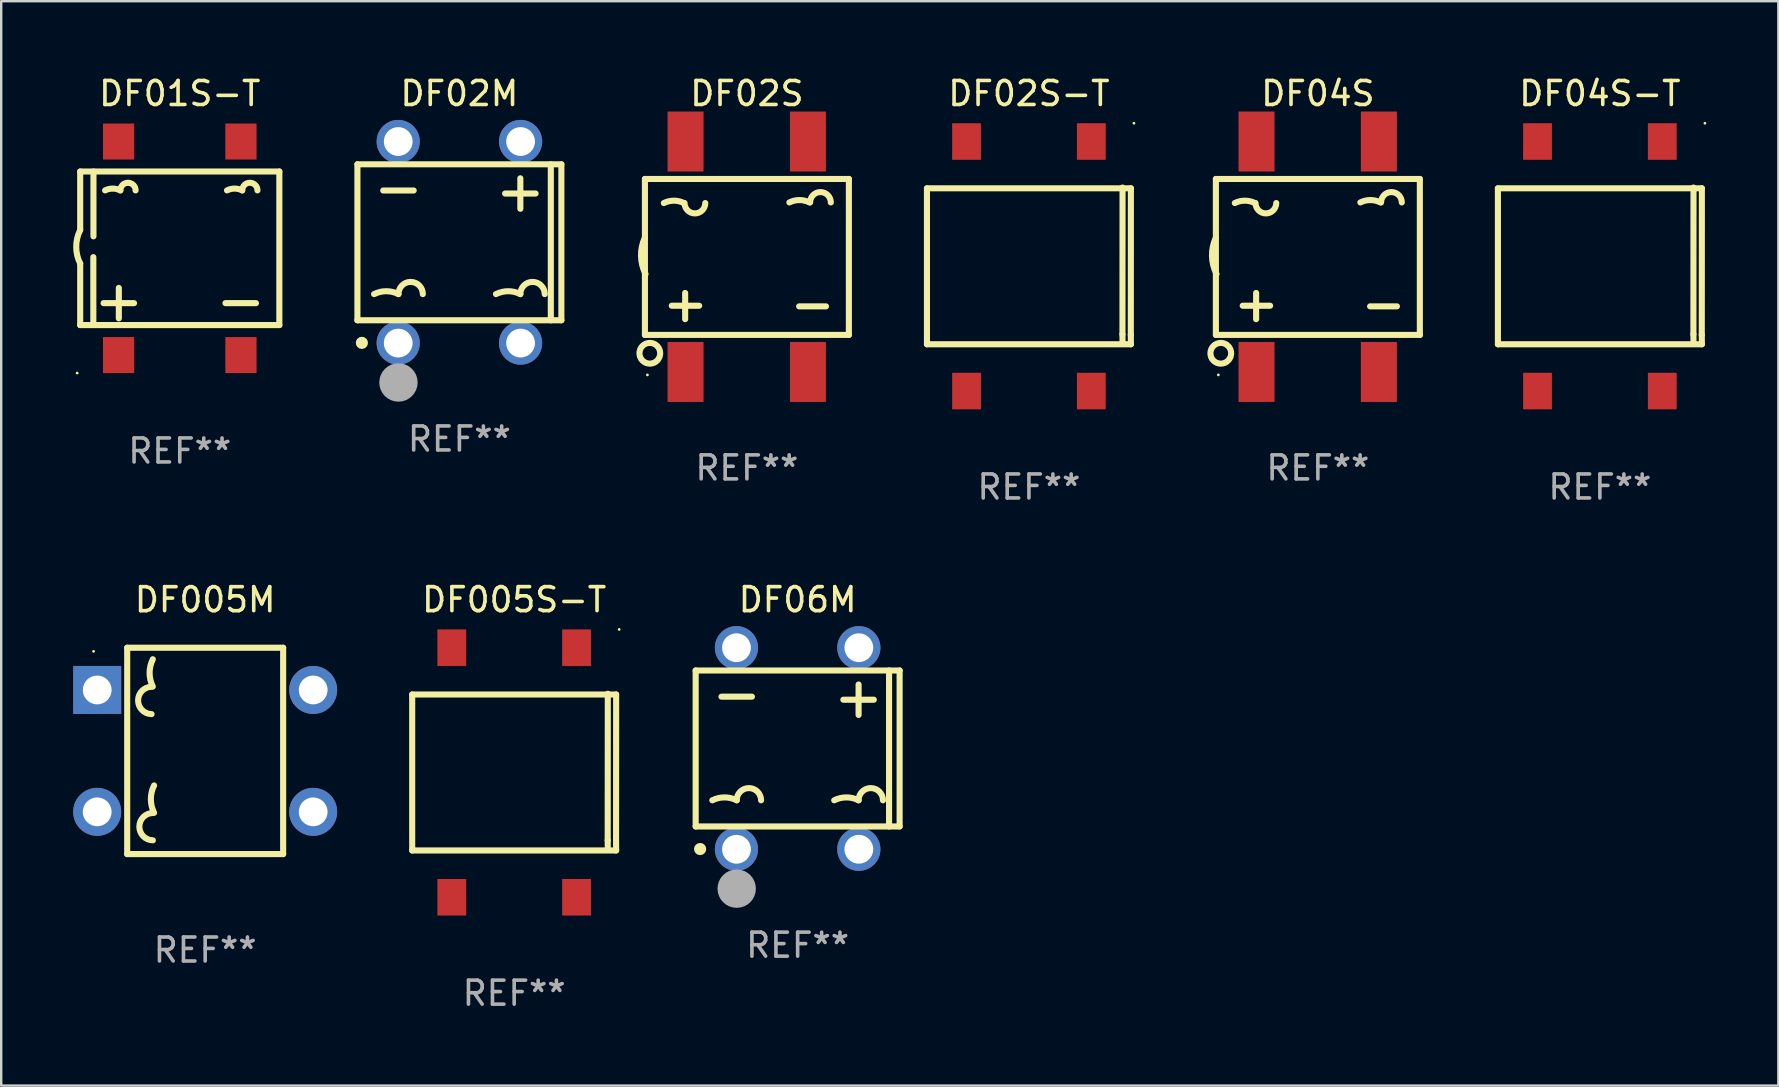
<source format=kicad_pcb>
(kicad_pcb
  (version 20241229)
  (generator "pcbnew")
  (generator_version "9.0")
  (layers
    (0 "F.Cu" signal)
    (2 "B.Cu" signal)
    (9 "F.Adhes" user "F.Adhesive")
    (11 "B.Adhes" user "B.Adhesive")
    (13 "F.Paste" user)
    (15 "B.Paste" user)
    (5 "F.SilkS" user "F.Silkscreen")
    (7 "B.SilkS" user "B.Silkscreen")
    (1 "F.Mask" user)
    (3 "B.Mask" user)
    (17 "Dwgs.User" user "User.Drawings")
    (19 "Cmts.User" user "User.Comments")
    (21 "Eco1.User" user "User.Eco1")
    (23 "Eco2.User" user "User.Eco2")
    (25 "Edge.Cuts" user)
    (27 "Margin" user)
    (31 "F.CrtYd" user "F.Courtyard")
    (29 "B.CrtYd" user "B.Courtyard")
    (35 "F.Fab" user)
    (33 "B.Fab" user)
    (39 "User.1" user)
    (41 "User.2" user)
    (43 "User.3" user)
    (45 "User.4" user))
  (footprint "DF04S-T"
    (layer "F.Cu")
    (at 63.628 8.048)
    (property "Reference" "DF04S-T" (at 0 -7.2 0) (layer "F.SilkS") (effects (font (size 1 1) (thickness 0.15))))
    (attr through_hole)
    (fp_line (start -4.25 -3.25) (end -4.25 3.25) (stroke (width 0.254) (type solid)) (layer "F.SilkS"))
    (fp_line (start -4.25 -3.25) (end 4.25 -3.25) (stroke (width 0.254) (type solid)) (layer "F.SilkS"))
    (fp_line (start -4.25 3.25) (end 4.25 3.25) (stroke (width 0.254) (type solid)) (layer "F.SilkS"))
    (fp_line (start 3.898 2.83) (end 3.902 3.219) (stroke (width 0.254) (type solid)) (layer "F.SilkS"))
    (fp_line (start 3.902 -3.281) (end 3.898 2.83) (stroke (width 0.254) (type solid)) (layer "F.SilkS"))
    (fp_line (start 4.246 2.861) (end 4.25 3.25) (stroke (width 0.254) (type solid)) (layer "F.SilkS"))
    (fp_line (start 4.25 -3.25) (end 4.246 2.861) (stroke (width 0.254) (type solid)) (layer "F.SilkS"))
    (fp_circle (center 4.377 -5.962) (end 4.407 -5.962) (stroke (width 0.06) (type solid)) (fill no) (layer "F.SilkS"))
    (fp_text user "-" (at -3.48 -1.923 0) (layer "B.Mask") (effects (font (size 1 1) (thickness 0.15))))
    (fp_text user "+" (at 1.709 -1.887 0) (layer "B.Mask") (effects (font (size 1 1) (thickness 0.15))))
    (fp_text user "REF**" (at 0 9.2 0) (layer "F.Fab") (effects (font (size 1 1) (thickness 0.15))))
    (pad "1" smd rect (at 2.6 -5.2) (size 1.2 1.524) (layers "F.Cu" "F.Mask" "F.Paste"))
    (pad "2" smd rect (at 2.6 5.2) (size 1.2 1.524) (layers "F.Cu" "F.Mask" "F.Paste"))
    (pad "3" smd rect (at -2.6 -5.2) (size 1.2 1.524) (layers "F.Cu" "F.Mask" "F.Paste"))
    (pad "4" smd rect (at -2.6 5.2) (size 1.2 1.524) (layers "F.Cu" "F.Mask" "F.Paste")))
  (footprint "DF005S-T"
    (layer "F.Cu")
    (at 18.379 29.144)
    (property "Reference" "DF005S-T" (at 0 -7.2 0) (layer "F.SilkS") (effects (font (size 1 1) (thickness 0.15))))
    (attr through_hole)
    (fp_line (start -4.25 -3.25) (end -4.25 3.25) (stroke (width 0.254) (type solid)) (layer "F.SilkS"))
    (fp_line (start -4.25 -3.25) (end 4.25 -3.25) (stroke (width 0.254) (type solid)) (layer "F.SilkS"))
    (fp_line (start -4.25 3.25) (end 4.25 3.25) (stroke (width 0.254) (type solid)) (layer "F.SilkS"))
    (fp_line (start 3.898 2.83) (end 3.902 3.219) (stroke (width 0.254) (type solid)) (layer "F.SilkS"))
    (fp_line (start 3.902 -3.281) (end 3.898 2.83) (stroke (width 0.254) (type solid)) (layer "F.SilkS"))
    (fp_line (start 4.246 2.861) (end 4.25 3.25) (stroke (width 0.254) (type solid)) (layer "F.SilkS"))
    (fp_line (start 4.25 -3.25) (end 4.246 2.861) (stroke (width 0.254) (type solid)) (layer "F.SilkS"))
    (fp_circle (center 4.377 -5.962) (end 4.407 -5.962) (stroke (width 0.06) (type solid)) (fill no) (layer "F.SilkS"))
    (fp_text user "-" (at -3.48 -1.923 0) (layer "B.Mask") (effects (font (size 1 1) (thickness 0.15))))
    (fp_text user "+" (at 1.709 -1.887 0) (layer "B.Mask") (effects (font (size 1 1) (thickness 0.15))))
    (fp_text user "REF**" (at 0 9.2 0) (layer "F.Fab") (effects (font (size 1 1) (thickness 0.15))))
    (pad "1" smd rect (at 2.6 -5.2) (size 1.2 1.524) (layers "F.Cu" "F.Mask" "F.Paste"))
    (pad "2" smd rect (at 2.6 5.2) (size 1.2 1.524) (layers "F.Cu" "F.Mask" "F.Paste"))
    (pad "3" smd rect (at -2.6 -5.2) (size 1.2 1.524) (layers "F.Cu" "F.Mask" "F.Paste"))
    (pad "4" smd rect (at -2.6 5.2) (size 1.2 1.524) (layers "F.Cu" "F.Mask" "F.Paste")))
  (footprint "DF04S"
    (layer "F.Cu")
    (at 51.874 7.65)
    (property "Reference" "DF04S" (at 0 -6.802 0) (layer "F.SilkS") (effects (font (size 1 1) (thickness 0.15))))
    (attr through_hole)
    (fp_line (start -4.25 3.259) (end -4.25 -3.242) (stroke (width 0.254) (type solid)) (layer "F.SilkS"))
    (fp_line (start -4.249 -3.241) (end 4.25 -3.241) (stroke (width 0.254) (type solid)) (layer "F.SilkS"))
    (fp_line (start -3.132 2.042) (end -1.989 2.042) (stroke (width 0.254) (type solid)) (layer "F.SilkS"))
    (fp_line (start -2.573 1.509) (end -2.573 2.601) (stroke (width 0.254) (type solid)) (layer "F.SilkS"))
    (fp_line (start 2.177 2.068) (end 3.295 2.068) (stroke (width 0.254) (type solid)) (layer "F.SilkS"))
    (fp_line (start 4.25 -3.241) (end 4.25 3.259) (stroke (width 0.254) (type solid)) (layer "F.SilkS"))
    (fp_line (start 4.25 3.258) (end -4.249 3.258) (stroke (width 0.254) (type solid)) (layer "F.SilkS"))
    (fp_arc (start -4.223774 0.721348) (mid -4.412354 -0.037722) (end -4.249174 -0.802654) (stroke (width 0.254001) (type solid)) (layer "F.SilkS"))
    (fp_arc (start -3.461773 -2.237757) (mid -3.042672 -2.336693) (end -2.623571 -2.237757) (stroke (width 0.254001) (type solid)) (layer "F.SilkS"))
    (fp_arc (start -1.734569 -2.237757) (mid -2.16637 -1.805956) (end -2.598171 -2.237757) (stroke (width 0.254001) (type solid)) (layer "F.SilkS"))
    (fp_arc (start 1.770638 -2.263157) (mid 2.189738 -2.362093) (end 2.608839 -2.263157) (stroke (width 0.254001) (type solid)) (layer "F.SilkS"))
    (fp_arc (start 2.634239 -2.263157) (mid 3.06604 -2.694958) (end 3.497841 -2.263157) (stroke (width 0.254001) (type solid)) (layer "F.SilkS"))
    (fp_circle (center -4.147 4.925) (end -4.117 4.925) (stroke (width 0.06) (type solid)) (fill no) (layer "F.SilkS"))
    (fp_circle (center -4.046 4.023) (end -3.614 4.023) (stroke (width 0.254) (type solid)) (fill no) (layer "F.SilkS"))
    (fp_text user "REF**" (at 0 8.802 0) (layer "F.Fab") (effects (font (size 1 1) (thickness 0.15))))
    (pad "1" smd rect (at -2.557 4.802) (size 1.5 2.5) (layers "F.Cu" "F.Mask" "F.Paste"))
    (pad "2" smd rect (at 2.543 4.802) (size 1.5 2.5) (layers "F.Cu" "F.Mask" "F.Paste"))
    (pad "3" smd rect (at 2.543 -4.802) (size 1.5 2.5) (layers "F.Cu" "F.Mask" "F.Paste"))
    (pad "4" smd rect (at -2.557 -4.802) (size 1.5 2.5) (layers "F.Cu" "F.Mask" "F.Paste")))
  (footprint "DF02S-T"
    (layer "F.Cu")
    (at 39.832 8.048)
    (property "Reference" "DF02S-T" (at 0 -7.2 0) (layer "F.SilkS") (effects (font (size 1 1) (thickness 0.15))))
    (attr through_hole)
    (fp_line (start -4.25 -3.25) (end -4.25 3.25) (stroke (width 0.254) (type solid)) (layer "F.SilkS"))
    (fp_line (start -4.25 -3.25) (end 4.25 -3.25) (stroke (width 0.254) (type solid)) (layer "F.SilkS"))
    (fp_line (start -4.25 3.25) (end 4.25 3.25) (stroke (width 0.254) (type solid)) (layer "F.SilkS"))
    (fp_line (start 3.898 2.83) (end 3.902 3.219) (stroke (width 0.254) (type solid)) (layer "F.SilkS"))
    (fp_line (start 3.902 -3.281) (end 3.898 2.83) (stroke (width 0.254) (type solid)) (layer "F.SilkS"))
    (fp_line (start 4.246 2.861) (end 4.25 3.25) (stroke (width 0.254) (type solid)) (layer "F.SilkS"))
    (fp_line (start 4.25 -3.25) (end 4.246 2.861) (stroke (width 0.254) (type solid)) (layer "F.SilkS"))
    (fp_circle (center 4.377 -5.962) (end 4.407 -5.962) (stroke (width 0.06) (type solid)) (fill no) (layer "F.SilkS"))
    (fp_text user "-" (at -3.48 -1.923 0) (layer "B.Mask") (effects (font (size 1 1) (thickness 0.15))))
    (fp_text user "+" (at 1.709 -1.887 0) (layer "B.Mask") (effects (font (size 1 1) (thickness 0.15))))
    (fp_text user "REF**" (at 0 9.2 0) (layer "F.Fab") (effects (font (size 1 1) (thickness 0.15))))
    (pad "1" smd rect (at 2.6 -5.2) (size 1.2 1.524) (layers "F.Cu" "F.Mask" "F.Paste"))
    (pad "2" smd rect (at 2.6 5.2) (size 1.2 1.524) (layers "F.Cu" "F.Mask" "F.Paste"))
    (pad "3" smd rect (at -2.6 -5.2) (size 1.2 1.524) (layers "F.Cu" "F.Mask" "F.Paste"))
    (pad "4" smd rect (at -2.6 5.2) (size 1.2 1.524) (layers "F.Cu" "F.Mask" "F.Paste")))
  (footprint "DF02S"
    (layer "F.Cu")
    (at 28.078 7.65)
    (property "Reference" "DF02S" (at 0 -6.802 0) (layer "F.SilkS") (effects (font (size 1 1) (thickness 0.15))))
    (attr through_hole)
    (fp_line (start -4.25 3.259) (end -4.25 -3.242) (stroke (width 0.254) (type solid)) (layer "F.SilkS"))
    (fp_line (start -4.249 -3.241) (end 4.25 -3.241) (stroke (width 0.254) (type solid)) (layer "F.SilkS"))
    (fp_line (start -3.132 2.042) (end -1.989 2.042) (stroke (width 0.254) (type solid)) (layer "F.SilkS"))
    (fp_line (start -2.573 1.509) (end -2.573 2.601) (stroke (width 0.254) (type solid)) (layer "F.SilkS"))
    (fp_line (start 2.177 2.068) (end 3.295 2.068) (stroke (width 0.254) (type solid)) (layer "F.SilkS"))
    (fp_line (start 4.25 -3.241) (end 4.25 3.259) (stroke (width 0.254) (type solid)) (layer "F.SilkS"))
    (fp_line (start 4.25 3.258) (end -4.249 3.258) (stroke (width 0.254) (type solid)) (layer "F.SilkS"))
    (fp_arc (start -4.223774 0.721348) (mid -4.412354 -0.037722) (end -4.249174 -0.802654) (stroke (width 0.254001) (type solid)) (layer "F.SilkS"))
    (fp_arc (start -3.461773 -2.237757) (mid -3.042672 -2.336693) (end -2.623571 -2.237757) (stroke (width 0.254001) (type solid)) (layer "F.SilkS"))
    (fp_arc (start -1.734569 -2.237757) (mid -2.16637 -1.805956) (end -2.598171 -2.237757) (stroke (width 0.254001) (type solid)) (layer "F.SilkS"))
    (fp_arc (start 1.770638 -2.263157) (mid 2.189738 -2.362093) (end 2.608839 -2.263157) (stroke (width 0.254001) (type solid)) (layer "F.SilkS"))
    (fp_arc (start 2.634239 -2.263157) (mid 3.06604 -2.694958) (end 3.497841 -2.263157) (stroke (width 0.254001) (type solid)) (layer "F.SilkS"))
    (fp_circle (center -4.147 4.925) (end -4.117 4.925) (stroke (width 0.06) (type solid)) (fill no) (layer "F.SilkS"))
    (fp_circle (center -4.046 4.023) (end -3.614 4.023) (stroke (width 0.254) (type solid)) (fill no) (layer "F.SilkS"))
    (fp_text user "REF**" (at 0 8.802 0) (layer "F.Fab") (effects (font (size 1 1) (thickness 0.15))))
    (pad "1" smd rect (at -2.557 4.802) (size 1.5 2.5) (layers "F.Cu" "F.Mask" "F.Paste"))
    (pad "2" smd rect (at 2.543 4.802) (size 1.5 2.5) (layers "F.Cu" "F.Mask" "F.Paste"))
    (pad "3" smd rect (at 2.543 -4.802) (size 1.5 2.5) (layers "F.Cu" "F.Mask" "F.Paste"))
    (pad "4" smd rect (at -2.557 -4.802) (size 1.5 2.5) (layers "F.Cu" "F.Mask" "F.Paste")))
  (footprint "DF02M"
    (layer "F.Cu")
    (at 16.096 7.048)
    (property "Reference" "DF02M" (at 0 -6.2 0) (layer "F.SilkS") (effects (font (size 1 1) (thickness 0.15))))
    (attr through_hole)
    (fp_line (start -4.25 -3.25) (end 4.25 -3.25) (stroke (width 0.254) (type solid)) (layer "F.SilkS"))
    (fp_line (start -4.25 3.25) (end -4.25 -3.25) (stroke (width 0.254) (type solid)) (layer "F.SilkS"))
    (fp_line (start -3.175 -2.159) (end -1.905 -2.159) (stroke (width 0.254) (type solid)) (layer "F.SilkS"))
    (fp_line (start 1.905 -2.032) (end 3.175 -2.032) (stroke (width 0.254) (type solid)) (layer "F.SilkS"))
    (fp_line (start 2.54 -1.397) (end 2.54 -2.667) (stroke (width 0.254) (type solid)) (layer "F.SilkS"))
    (fp_line (start 3.81 -3.25) (end 3.81 3.25) (stroke (width 0.254) (type solid)) (layer "F.SilkS"))
    (fp_line (start 4.25 -3.25) (end 4.25 3.25) (stroke (width 0.254) (type solid)) (layer "F.SilkS"))
    (fp_line (start 4.25 3.25) (end -4.25 3.25) (stroke (width 0.254) (type solid)) (layer "F.SilkS"))
    (fp_arc (start -3.556007 2.159004) (mid -3.048006 2.039081) (end -2.540005 2.159004) (stroke (width 0.254001) (type solid)) (layer "F.SilkS"))
    (fp_arc (start -2.540005 2.159004) (mid -2.032004 1.651003) (end -1.524003 2.159004) (stroke (width 0.254001) (type solid)) (layer "F.SilkS"))
    (fp_arc (start 1.524003 2.159004) (mid 2.032004 2.039081) (end 2.540005 2.159004) (stroke (width 0.254001) (type solid)) (layer "F.SilkS"))
    (fp_arc (start 2.540005 2.159004) (mid 3.048006 1.651003) (end 3.556007 2.159004) (stroke (width 0.254001) (type solid)) (layer "F.SilkS"))
    (fp_circle (center -4.16 4.125) (end -4.13 4.125) (stroke (width 0.06) (type solid)) (fill no) (layer "F.SilkS"))
    (fp_circle (center -4.064 4.191) (end -3.937 4.191) (stroke (width 0.254) (type solid)) (fill no) (layer "F.SilkS"))
    (fp_circle (center -2.54 5.842) (end -2.14 5.842) (stroke (width 0.8) (type solid)) (fill no) (layer "F.Fab"))
    (fp_text user "REF**" (at 0 8.2 0) (layer "F.Fab") (effects (font (size 1 1) (thickness 0.15))))
    (pad "1" thru_hole circle (at -2.55 4.2) (size 1.8 1.8) (drill 1.2) (layers "*.Cu" "*.Mask"))
    (pad "2" thru_hole circle (at 2.55 4.2) (size 1.8 1.8) (drill 1.2) (layers "*.Cu" "*.Mask"))
    (pad "3" thru_hole circle (at 2.55 -4.2) (size 1.8 1.8) (drill 1.2) (layers "*.Cu" "*.Mask"))
    (pad "4" thru_hole circle (at -2.55 -4.2) (size 1.8 1.8) (drill 1.2) (layers "*.Cu" "*.Mask")))
  (footprint "DF01S-T"
    (layer "F.Cu")
    (at 4.442 7.298)
    (property "Reference" "DF01S-T" (at 0 -6.45 0) (layer "F.SilkS") (effects (font (size 1 1) (thickness 0.15))))
    (attr through_hole)
    (fp_line (start -4.15 -3.2) (end -4.15 -0.762) (stroke (width 0.254) (type solid)) (layer "F.SilkS"))
    (fp_line (start -4.15 -3.2) (end 4.15 -3.2) (stroke (width 0.254) (type solid)) (layer "F.SilkS"))
    (fp_line (start -4.15 3.2) (end -4.15 0.635) (stroke (width 0.254) (type solid)) (layer "F.SilkS"))
    (fp_line (start -3.602 0.369) (end -3.602 3.2) (stroke (width 0.254) (type solid)) (layer "F.SilkS"))
    (fp_line (start -3.597 -3.2) (end -3.597 -0.498) (stroke (width 0.254) (type solid)) (layer "F.SilkS"))
    (fp_line (start -3.175 2.286) (end -1.905 2.286) (stroke (width 0.254) (type solid)) (layer "F.SilkS"))
    (fp_line (start -2.54 2.921) (end -2.54 1.651) (stroke (width 0.254) (type solid)) (layer "F.SilkS"))
    (fp_line (start 1.905 2.286) (end 3.175 2.286) (stroke (width 0.254) (type solid)) (layer "F.SilkS"))
    (fp_line (start 4.15 -3.2) (end 4.15 3.2) (stroke (width 0.254) (type solid)) (layer "F.SilkS"))
    (fp_line (start 4.15 3.2) (end -4.15 3.2) (stroke (width 0.254) (type solid)) (layer "F.SilkS"))
    (fp_arc (start -4.150368 0.635002) (mid -4.315147 -0.063567) (end -4.150013 -0.762052) (stroke (width 0.254001) (type solid)) (layer "F.SilkS"))
    (fp_arc (start -3.111506 -2.413056) (mid -2.794005 -2.488007) (end -2.476504 -2.413055) (stroke (width 0.254001) (type solid)) (layer "F.SilkS"))
    (fp_arc (start -2.476504 -2.413056) (mid -2.159004 -2.730556) (end -1.841504 -2.413056) (stroke (width 0.254001) (type solid)) (layer "F.SilkS"))
    (fp_arc (start 1.968504 -2.413056) (mid 2.286005 -2.488008) (end 2.603506 -2.413056) (stroke (width 0.254001) (type solid)) (layer "F.SilkS"))
    (fp_arc (start 2.603506 -2.413056) (mid 2.921006 -2.730556) (end 3.238506 -2.413056) (stroke (width 0.254001) (type solid)) (layer "F.SilkS"))
    (fp_circle (center -4.277 5.2) (end -4.247 5.2) (stroke (width 0.06) (type solid)) (fill no) (layer "F.SilkS"))
    (fp_text user "REF**" (at 0 8.45 0) (layer "F.Fab") (effects (font (size 1 1) (thickness 0.15))))
    (pad "1" smd rect (at -2.55 4.45 90) (size 1.5 1.3) (layers "F.Cu" "F.Mask" "F.Paste"))
    (pad "2" smd rect (at 2.55 4.45 90) (size 1.5 1.3) (layers "F.Cu" "F.Mask" "F.Paste"))
    (pad "3" smd rect (at 2.55 -4.45 90) (size 1.5 1.3) (layers "F.Cu" "F.Mask" "F.Paste"))
    (pad "4" smd rect (at -2.55 -4.45 90) (size 1.5 1.3) (layers "F.Cu" "F.Mask" "F.Paste")))
  (footprint "DF06M"
    (layer "F.Cu")
    (at 30.193 28.144)
    (property "Reference" "DF06M" (at 0 -6.2 0) (layer "F.SilkS") (effects (font (size 1 1) (thickness 0.15))))
    (attr through_hole)
    (fp_line (start -4.25 -3.25) (end 4.25 -3.25) (stroke (width 0.254) (type solid)) (layer "F.SilkS"))
    (fp_line (start -4.25 3.25) (end -4.25 -3.25) (stroke (width 0.254) (type solid)) (layer "F.SilkS"))
    (fp_line (start -3.175 -2.159) (end -1.905 -2.159) (stroke (width 0.254) (type solid)) (layer "F.SilkS"))
    (fp_line (start 1.905 -2.032) (end 3.175 -2.032) (stroke (width 0.254) (type solid)) (layer "F.SilkS"))
    (fp_line (start 2.54 -1.397) (end 2.54 -2.667) (stroke (width 0.254) (type solid)) (layer "F.SilkS"))
    (fp_line (start 3.81 -3.25) (end 3.81 3.25) (stroke (width 0.254) (type solid)) (layer "F.SilkS"))
    (fp_line (start 4.25 -3.25) (end 4.25 3.25) (stroke (width 0.254) (type solid)) (layer "F.SilkS"))
    (fp_line (start 4.25 3.25) (end -4.25 3.25) (stroke (width 0.254) (type solid)) (layer "F.SilkS"))
    (fp_arc (start -3.556007 2.159004) (mid -3.048006 2.039081) (end -2.540005 2.159004) (stroke (width 0.254001) (type solid)) (layer "F.SilkS"))
    (fp_arc (start -2.540005 2.159004) (mid -2.032004 1.651003) (end -1.524003 2.159004) (stroke (width 0.254001) (type solid)) (layer "F.SilkS"))
    (fp_arc (start 1.524003 2.159004) (mid 2.032004 2.039081) (end 2.540005 2.159004) (stroke (width 0.254001) (type solid)) (layer "F.SilkS"))
    (fp_arc (start 2.540005 2.159004) (mid 3.048006 1.651003) (end 3.556007 2.159004) (stroke (width 0.254001) (type solid)) (layer "F.SilkS"))
    (fp_circle (center -4.16 4.125) (end -4.13 4.125) (stroke (width 0.06) (type solid)) (fill no) (layer "F.SilkS"))
    (fp_circle (center -4.064 4.191) (end -3.937 4.191) (stroke (width 0.254) (type solid)) (fill no) (layer "F.SilkS"))
    (fp_circle (center -2.54 5.842) (end -2.14 5.842) (stroke (width 0.8) (type solid)) (fill no) (layer "F.Fab"))
    (fp_text user "REF**" (at 0 8.2 0) (layer "F.Fab") (effects (font (size 1 1) (thickness 0.15))))
    (pad "1" thru_hole circle (at -2.55 4.2) (size 1.8 1.8) (drill 1.2) (layers "*.Cu" "*.Mask"))
    (pad "2" thru_hole circle (at 2.55 4.2) (size 1.8 1.8) (drill 1.2) (layers "*.Cu" "*.Mask"))
    (pad "3" thru_hole circle (at 2.55 -4.2) (size 1.8 1.8) (drill 1.2) (layers "*.Cu" "*.Mask"))
    (pad "4" thru_hole circle (at -2.55 -4.2) (size 1.8 1.8) (drill 1.2) (layers "*.Cu" "*.Mask")))
  (footprint "DF005M"
    (layer "F.Cu")
    (at 5.501 28.245)
    (property "Reference" "DF005M" (at 0 -6.3 0) (layer "F.SilkS") (effects (font (size 1 1) (thickness 0.15))))
    (attr through_hole)
    (fp_line (start -3.25 -4.3) (end 3.25 -4.3) (stroke (width 0.254) (type solid)) (layer "F.SilkS"))
    (fp_line (start -3.25 -4.3) (end -3.25 4.3) (stroke (width 0.254) (type solid)) (layer "F.SilkS"))
    (fp_line (start -3.25 4.3) (end 3.25 4.3) (stroke (width 0.254) (type solid)) (layer "F.SilkS"))
    (fp_line (start 3.25 -4.3) (end 3.25 4.3) (stroke (width 0.254) (type solid)) (layer "F.SilkS"))
    (fp_arc (start -2.23368 -1.533401) (mid -2.803149 -2.10287) (end -2.23368 -2.672339) (stroke (width 0.254001) (type solid)) (layer "F.SilkS"))
    (fp_arc (start -2.181864 -2.680976) (mid -2.316297 -3.250445) (end -2.181864 -3.819914) (stroke (width 0.254001) (type solid)) (layer "F.SilkS"))
    (fp_arc (start -2.181356 3.726441) (mid -2.750825 3.156972) (end -2.181356 2.587503) (stroke (width 0.254001) (type solid)) (layer "F.SilkS"))
    (fp_arc (start -2.12954 2.578867) (mid -2.263973 2.009398) (end -2.12954 1.439929) (stroke (width 0.254001) (type solid)) (layer "F.SilkS"))
    (fp_circle (center -4.651 -4.15) (end -4.621 -4.15) (stroke (width 0.06) (type solid)) (fill no) (layer "F.SilkS"))
    (fp_text user "+" (at 0.96 2.66 0) (layer "B.Mask") (effects (font (size 1 1) (thickness 0.15))))
    (fp_text user "-" (at 1.89 -1.679 0) (layer "B.Mask") (effects (font (size 1 1) (thickness 0.15))))
    (fp_text user "REF**" (at 0 8.3 0) (layer "F.Fab") (effects (font (size 1 1) (thickness 0.15))))
    (pad "1" thru_hole rect (at -4.5 -2.54) (size 2 2) (drill 1.2) (layers "*.Cu" "*.Mask"))
    (pad "2" thru_hole circle (at -4.501 2.54) (size 2 2) (drill 1.2) (layers "*.Cu" "*.Mask"))
    (pad "3" thru_hole circle (at 4.501 2.54) (size 2 2) (drill 1.2) (layers "*.Cu" "*.Mask"))
    (pad "4" thru_hole circle (at 4.501 -2.54) (size 2 2) (drill 1.2) (layers "*.Cu" "*.Mask")))
  (gr_rect
    (start -3 -3)
    (end 71.065 42.193)
    (stroke (width 0.1) (type default))
    (fill no)
    (layer "Edge.Cuts")))
</source>
